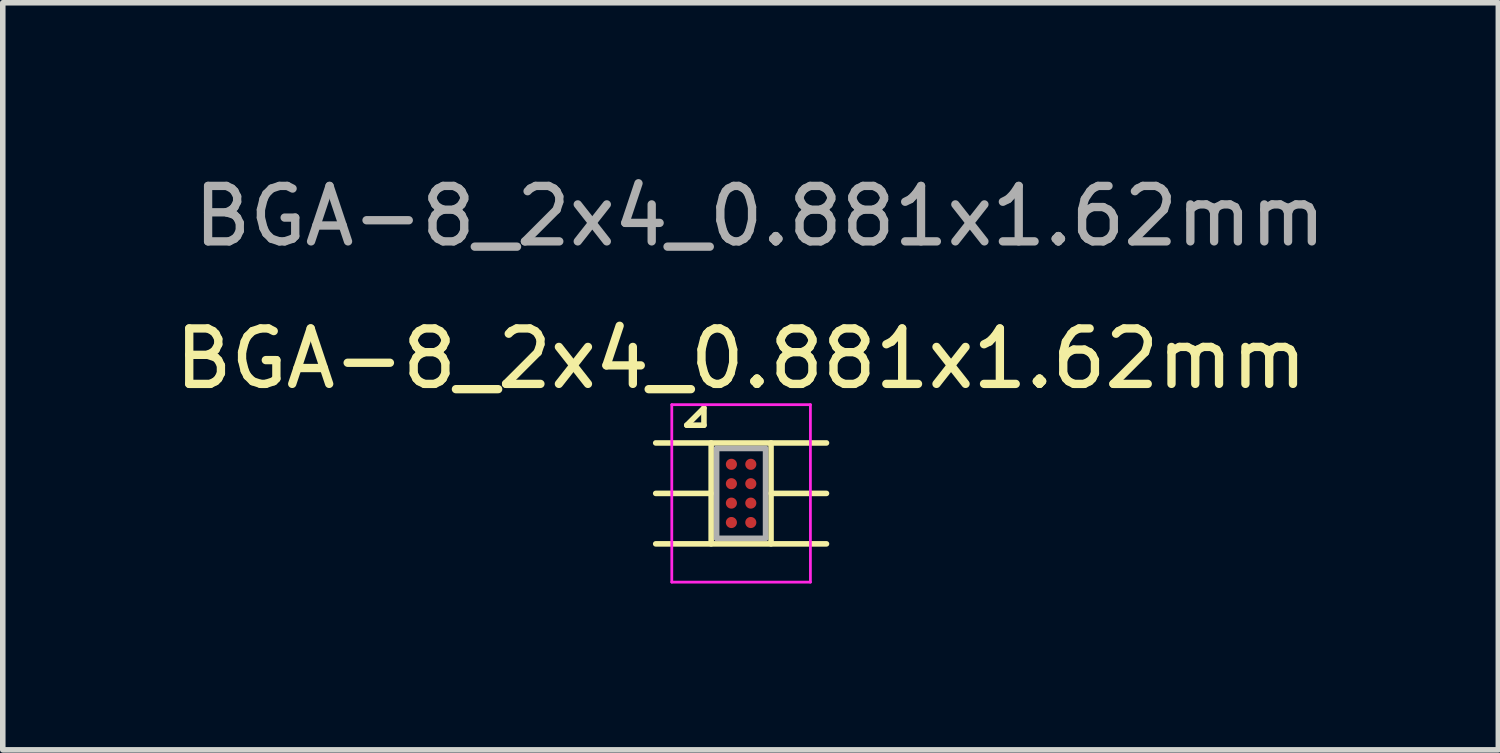
<source format=kicad_pcb>
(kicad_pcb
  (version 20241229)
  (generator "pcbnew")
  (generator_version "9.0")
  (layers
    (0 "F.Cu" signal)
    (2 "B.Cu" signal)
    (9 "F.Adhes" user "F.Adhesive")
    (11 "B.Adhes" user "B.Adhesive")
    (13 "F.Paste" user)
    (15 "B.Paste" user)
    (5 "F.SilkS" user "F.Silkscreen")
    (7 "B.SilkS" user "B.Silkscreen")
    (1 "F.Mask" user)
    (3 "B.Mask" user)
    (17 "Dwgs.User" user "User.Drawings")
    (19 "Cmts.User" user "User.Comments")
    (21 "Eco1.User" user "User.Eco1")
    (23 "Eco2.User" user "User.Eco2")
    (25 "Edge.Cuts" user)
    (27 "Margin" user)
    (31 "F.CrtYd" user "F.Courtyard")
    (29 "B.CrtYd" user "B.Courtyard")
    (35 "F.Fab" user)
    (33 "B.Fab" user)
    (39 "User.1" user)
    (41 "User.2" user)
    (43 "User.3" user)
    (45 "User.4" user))
  (footprint "BGA-8_2x4_0.881x1.62mm"
    (layer "F.Cu")
    (at 10.315 5.848)
    (property "Reference" "BGA-8_2x4_0.881x1.62mm" (at 0 -2.43 0) (layer "F.SilkS") (effects (font (size 1 1) (thickness 0.15))))
    (attr smd)
    (fp_line (start -0.98 -1.23) (end -0.67 -1.54) (stroke (width 0.1) (type default)) (layer "F.SilkS"))
    (fp_line (start -0.67 -1.54) (end -0.67 -1.23) (stroke (width 0.1) (type default)) (layer "F.SilkS"))
    (fp_line (start -0.67 -1.23) (end -0.98 -1.23) (stroke (width 0.1) (type default)) (layer "F.SilkS"))
    (fp_line (start -0.54 -0.91) (end -1.54 -0.91) (stroke (width 0.1) (type default)) (layer "F.SilkS"))
    (fp_line (start -0.54 0) (end -1.54 0) (stroke (width 0.1) (type default)) (layer "F.SilkS"))
    (fp_line (start -0.54 0.91) (end -1.54 0.91) (stroke (width 0.1) (type default)) (layer "F.SilkS"))
    (fp_line (start 0.54 -0.91) (end 1.54 -0.91) (stroke (width 0.1) (type default)) (layer "F.SilkS"))
    (fp_line (start 0.54 0) (end 1.54 0) (stroke (width 0.1) (type default)) (layer "F.SilkS"))
    (fp_line (start 0.54 0.91) (end 1.54 0.91) (stroke (width 0.1) (type default)) (layer "F.SilkS"))
    (fp_rect (start -0.54 -0.91) (end 0.54 0.91) (stroke (width 0.1) (type default)) (fill no) (layer "F.SilkS"))
    (fp_line (start -1.25 -1.6) (end 1.25 -1.6) (stroke (width 0.05) (type default)) (layer "F.CrtYd"))
    (fp_line (start -1.25 1.6) (end -1.25 -1.6) (stroke (width 0.05) (type default)) (layer "F.CrtYd"))
    (fp_line (start 1.25 -1.6) (end 1.25 1.6) (stroke (width 0.05) (type default)) (layer "F.CrtYd"))
    (fp_line (start 1.25 1.6) (end -1.25 1.6) (stroke (width 0.05) (type default)) (layer "F.CrtYd"))
    (fp_line (start -0.441 -0.81) (end -0.441 0.81) (stroke (width 0.1) (type default)) (layer "F.Fab"))
    (fp_line (start -0.441 0.81) (end 0.441 0.81) (stroke (width 0.1) (type default)) (layer "F.Fab"))
    (fp_line (start 0.441 -0.81) (end -0.441 -0.81) (stroke (width 0.1) (type default)) (layer "F.Fab"))
    (fp_line (start 0.441 0.81) (end 0.441 -0.81) (stroke (width 0.1) (type default)) (layer "F.Fab"))
    (fp_text user "${REFERENCE}" (at 0.34 -5 0) (layer "F.Fab") (effects (font (size 1 1) (thickness 0.15))))
    (pad "A1" smd circle (at -0.175 -0.525) (size 0.2 0.2) (layers "F.Cu" "F.Mask" "F.Paste"))
    (pad "A2" smd circle (at 0.175 -0.525) (size 0.2 0.2) (layers "F.Cu" "F.Mask" "F.Paste"))
    (pad "B1" smd circle (at -0.175 -0.175) (size 0.2 0.2) (layers "F.Cu" "F.Mask" "F.Paste"))
    (pad "B2" smd circle (at 0.175 -0.175) (size 0.2 0.2) (layers "F.Cu" "F.Mask" "F.Paste"))
    (pad "C1" smd circle (at -0.175 0.175) (size 0.2 0.2) (layers "F.Cu" "F.Mask" "F.Paste"))
    (pad "C2" smd circle (at 0.175 0.175) (size 0.2 0.2) (layers "F.Cu" "F.Mask" "F.Paste"))
    (pad "D1" smd circle (at -0.175 0.525) (size 0.2 0.2) (layers "F.Cu" "F.Mask" "F.Paste"))
    (pad "D2" smd circle (at 0.175 0.525) (size 0.2 0.2) (layers "F.Cu" "F.Mask" "F.Paste")))
  (gr_rect
    (start -3 -3)
    (end 23.971 10.473)
    (stroke (width 0.1) (type default))
    (fill no)
    (layer "Edge.Cuts")))
</source>
